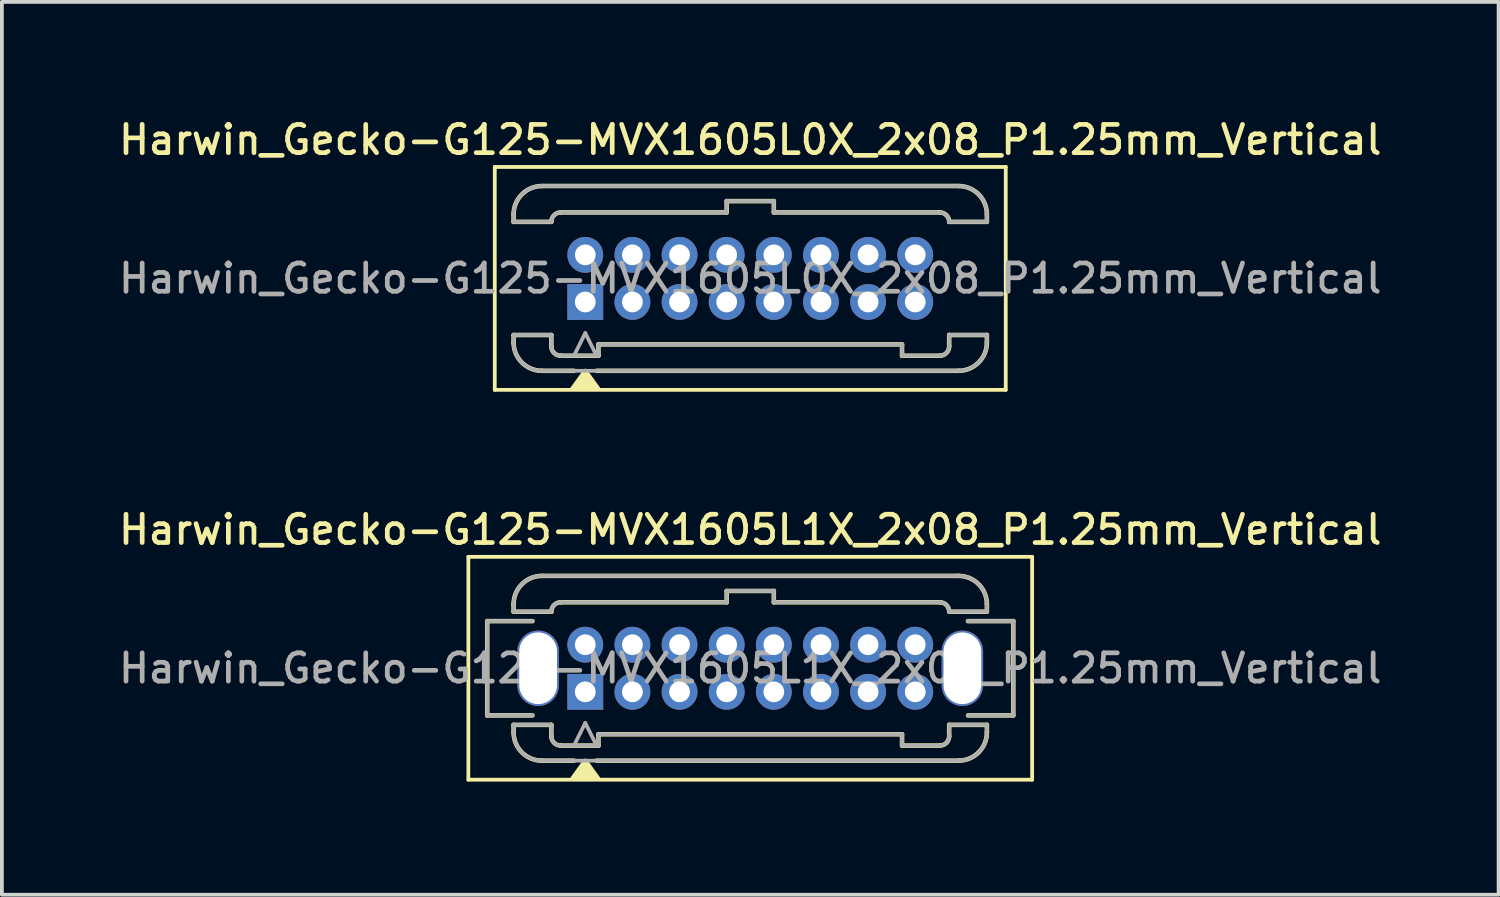
<source format=kicad_pcb>
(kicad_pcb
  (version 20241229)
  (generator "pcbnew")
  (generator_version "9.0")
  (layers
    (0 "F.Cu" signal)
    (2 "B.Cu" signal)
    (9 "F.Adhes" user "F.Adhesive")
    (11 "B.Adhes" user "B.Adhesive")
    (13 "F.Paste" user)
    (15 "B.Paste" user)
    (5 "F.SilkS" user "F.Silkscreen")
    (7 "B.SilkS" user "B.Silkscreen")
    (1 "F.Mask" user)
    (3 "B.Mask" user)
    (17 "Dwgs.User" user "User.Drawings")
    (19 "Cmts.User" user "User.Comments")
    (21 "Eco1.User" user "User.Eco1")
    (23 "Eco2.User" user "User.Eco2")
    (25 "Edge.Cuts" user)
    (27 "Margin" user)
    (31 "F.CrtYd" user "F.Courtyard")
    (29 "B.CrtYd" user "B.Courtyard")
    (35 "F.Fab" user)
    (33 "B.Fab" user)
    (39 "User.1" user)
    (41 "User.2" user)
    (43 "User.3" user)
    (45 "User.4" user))
  (footprint "Harwin_Gecko-G125-MVX1605L0X_2x08_P1.25mm_Vertical"
    (layer "F.Cu")
    (at 12.47 4.958)
    (property "Reference" "Harwin_Gecko-G125-MVX1605L0X_2x08_P1.25mm_Vertical" (at 4.375 -4.3 0) (layer "F.SilkS") (effects (font (size 0.75 0.75) (thickness 0.125))))
    (attr through_hole)
    (fp_line (start -2.4 -3.58) (end -2.4 2.33) (stroke (width 0.1) (type solid)) (layer "F.SilkS"))
    (fp_line (start -2.4 2.33) (end 11.15 2.33) (stroke (width 0.1) (type solid)) (layer "F.SilkS"))
    (fp_line (start -1.9 -2.325) (end -1.9 -2.125) (stroke (width 0.12) (type solid)) (layer "F.SilkS"))
    (fp_line (start -1.9 -2.125) (end -0.9 -2.125) (stroke (width 0.12) (type solid)) (layer "F.SilkS"))
    (fp_line (start -1.9 0.875) (end -0.9 0.875) (stroke (width 0.12) (type solid)) (layer "F.SilkS"))
    (fp_line (start -1.9 1.075) (end -1.9 0.875) (stroke (width 0.12) (type solid)) (layer "F.SilkS"))
    (fp_line (start -1.15 -3.075) (end 9.9 -3.075) (stroke (width 0.12) (type solid)) (layer "F.SilkS"))
    (fp_line (start -1.15 1.825) (end -0.3 1.825) (stroke (width 0.12) (type solid)) (layer "F.SilkS"))
    (fp_line (start -0.9 1.175) (end -0.9 0.875) (stroke (width 0.12) (type solid)) (layer "F.SilkS"))
    (fp_line (start -0.65 -2.375) (end 3.75 -2.375) (stroke (width 0.12) (type solid)) (layer "F.SilkS"))
    (fp_line (start -0.65 1.425) (end 0.35 1.425) (stroke (width 0.12) (type solid)) (layer "F.SilkS"))
    (fp_line (start 0.3 1.825) (end 9.9 1.825) (stroke (width 0.12) (type solid)) (layer "F.SilkS"))
    (fp_line (start 0.35 1.125) (end 8.4 1.125) (stroke (width 0.12) (type solid)) (layer "F.SilkS"))
    (fp_line (start 0.35 1.425) (end 0.35 1.125) (stroke (width 0.12) (type solid)) (layer "F.SilkS"))
    (fp_line (start 3.75 -2.675) (end 5 -2.675) (stroke (width 0.12) (type solid)) (layer "F.SilkS"))
    (fp_line (start 3.75 -2.375) (end 3.75 -2.675) (stroke (width 0.12) (type solid)) (layer "F.SilkS"))
    (fp_line (start 5 -2.675) (end 5 -2.375) (stroke (width 0.12) (type solid)) (layer "F.SilkS"))
    (fp_line (start 5 -2.375) (end 9.4 -2.375) (stroke (width 0.12) (type solid)) (layer "F.SilkS"))
    (fp_line (start 8.4 1.125) (end 8.4 1.425) (stroke (width 0.12) (type solid)) (layer "F.SilkS"))
    (fp_line (start 8.4 1.425) (end 9.4 1.425) (stroke (width 0.12) (type solid)) (layer "F.SilkS"))
    (fp_line (start 9.65 1.175) (end 9.65 0.875) (stroke (width 0.12) (type solid)) (layer "F.SilkS"))
    (fp_line (start 10.65 -2.325) (end 10.65 -2.125) (stroke (width 0.12) (type solid)) (layer "F.SilkS"))
    (fp_line (start 10.65 -2.125) (end 9.65 -2.125) (stroke (width 0.12) (type solid)) (layer "F.SilkS"))
    (fp_line (start 10.65 0.875) (end 9.65 0.875) (stroke (width 0.12) (type solid)) (layer "F.SilkS"))
    (fp_line (start 10.65 1.075) (end 10.65 0.875) (stroke (width 0.12) (type solid)) (layer "F.SilkS"))
    (fp_line (start 11.15 -3.58) (end -2.4 -3.58) (stroke (width 0.1) (type solid)) (layer "F.SilkS"))
    (fp_line (start 11.15 -3.58) (end 11.15 2.33) (stroke (width 0.1) (type solid)) (layer "F.SilkS"))
    (fp_arc (start -1.9 -2.325) (mid -1.68033 -2.85533) (end -1.15 -3.075) (stroke (width 0.12) (type solid)) (layer "F.SilkS"))
    (fp_arc (start -1.15 1.825) (mid -1.68033 1.60533) (end -1.9 1.075) (stroke (width 0.12) (type solid)) (layer "F.SilkS"))
    (fp_arc (start -0.9 -2.125) (mid -0.826777 -2.301777) (end -0.65 -2.375) (stroke (width 0.12) (type solid)) (layer "F.SilkS"))
    (fp_arc (start -0.65 1.425) (mid -0.826777 1.351777) (end -0.9 1.175) (stroke (width 0.12) (type solid)) (layer "F.SilkS"))
    (fp_arc (start 9.4 -2.375) (mid 9.576777 -2.301777) (end 9.65 -2.125) (stroke (width 0.12) (type solid)) (layer "F.SilkS"))
    (fp_arc (start 9.65 1.175) (mid 9.576777 1.351777) (end 9.4 1.425) (stroke (width 0.12) (type solid)) (layer "F.SilkS"))
    (fp_arc (start 9.9 -3.075) (mid 10.43033 -2.85533) (end 10.65 -2.325) (stroke (width 0.12) (type solid)) (layer "F.SilkS"))
    (fp_arc (start 10.65 1.075) (mid 10.43033 1.60533) (end 9.9 1.825) (stroke (width 0.12) (type solid)) (layer "F.SilkS"))
    (fp_poly (pts (xy 0 1.83) (xy -0.34 2.3) (xy 0.34 2.3) (xy 0 1.83)) (stroke (width 0.12) (type solid)) (fill yes) (layer "F.SilkS"))
    (fp_line (start -1.9 -2.325) (end -1.9 -2.125) (stroke (width 0.1) (type solid)) (layer "F.Fab"))
    (fp_line (start -1.9 -2.125) (end -0.9 -2.125) (stroke (width 0.1) (type solid)) (layer "F.Fab"))
    (fp_line (start -1.9 0.875) (end -0.9 0.875) (stroke (width 0.1) (type solid)) (layer "F.Fab"))
    (fp_line (start -1.9 1.075) (end -1.9 0.875) (stroke (width 0.1) (type solid)) (layer "F.Fab"))
    (fp_line (start -1.15 -3.075) (end 9.9 -3.075) (stroke (width 0.1) (type solid)) (layer "F.Fab"))
    (fp_line (start -1.15 1.825) (end 9.9 1.825) (stroke (width 0.1) (type solid)) (layer "F.Fab"))
    (fp_line (start -0.9 1.175) (end -0.9 0.875) (stroke (width 0.1) (type solid)) (layer "F.Fab"))
    (fp_line (start -0.65 -2.375) (end 3.75 -2.375) (stroke (width 0.1) (type solid)) (layer "F.Fab"))
    (fp_line (start -0.65 1.425) (end 0.35 1.425) (stroke (width 0.1) (type solid)) (layer "F.Fab"))
    (fp_line (start 0 0.825) (end -0.3 1.425) (stroke (width 0.1) (type solid)) (layer "F.Fab"))
    (fp_line (start 0.3 1.425) (end 0 0.825) (stroke (width 0.1) (type solid)) (layer "F.Fab"))
    (fp_line (start 0.35 1.125) (end 8.4 1.125) (stroke (width 0.1) (type solid)) (layer "F.Fab"))
    (fp_line (start 0.35 1.425) (end 0.35 1.125) (stroke (width 0.1) (type solid)) (layer "F.Fab"))
    (fp_line (start 3.75 -2.675) (end 5 -2.675) (stroke (width 0.1) (type solid)) (layer "F.Fab"))
    (fp_line (start 3.75 -2.375) (end 3.75 -2.675) (stroke (width 0.1) (type solid)) (layer "F.Fab"))
    (fp_line (start 5 -2.675) (end 5 -2.375) (stroke (width 0.1) (type solid)) (layer "F.Fab"))
    (fp_line (start 5 -2.375) (end 9.4 -2.375) (stroke (width 0.1) (type solid)) (layer "F.Fab"))
    (fp_line (start 8.4 1.125) (end 8.4 1.425) (stroke (width 0.1) (type solid)) (layer "F.Fab"))
    (fp_line (start 8.4 1.425) (end 9.4 1.425) (stroke (width 0.1) (type solid)) (layer "F.Fab"))
    (fp_line (start 9.65 1.175) (end 9.65 0.875) (stroke (width 0.1) (type solid)) (layer "F.Fab"))
    (fp_line (start 10.65 -2.325) (end 10.65 -2.125) (stroke (width 0.1) (type solid)) (layer "F.Fab"))
    (fp_line (start 10.65 -2.125) (end 9.65 -2.125) (stroke (width 0.1) (type solid)) (layer "F.Fab"))
    (fp_line (start 10.65 0.875) (end 9.65 0.875) (stroke (width 0.1) (type solid)) (layer "F.Fab"))
    (fp_line (start 10.65 1.075) (end 10.65 0.875) (stroke (width 0.1) (type solid)) (layer "F.Fab"))
    (fp_arc (start -1.9 -2.325) (mid -1.68033 -2.85533) (end -1.15 -3.075) (stroke (width 0.1) (type solid)) (layer "F.Fab"))
    (fp_arc (start -1.15 1.825) (mid -1.68033 1.60533) (end -1.9 1.075) (stroke (width 0.1) (type solid)) (layer "F.Fab"))
    (fp_arc (start -0.9 -2.125) (mid -0.826777 -2.301777) (end -0.65 -2.375) (stroke (width 0.1) (type solid)) (layer "F.Fab"))
    (fp_arc (start -0.65 1.425) (mid -0.826777 1.351777) (end -0.9 1.175) (stroke (width 0.1) (type solid)) (layer "F.Fab"))
    (fp_arc (start 9.4 -2.375) (mid 9.576777 -2.301777) (end 9.65 -2.125) (stroke (width 0.1) (type solid)) (layer "F.Fab"))
    (fp_arc (start 9.65 1.175) (mid 9.576777 1.351777) (end 9.4 1.425) (stroke (width 0.1) (type solid)) (layer "F.Fab"))
    (fp_arc (start 9.9 -3.075) (mid 10.43033 -2.85533) (end 10.65 -2.325) (stroke (width 0.1) (type solid)) (layer "F.Fab"))
    (fp_arc (start 10.65 1.075) (mid 10.43033 1.60533) (end 9.9 1.825) (stroke (width 0.1) (type solid)) (layer "F.Fab"))
    (fp_text user "${REFERENCE}" (at 4.375 -0.625 0) (layer "F.Fab") (effects (font (size 0.75 0.75) (thickness 0.125))))
    (pad "1" thru_hole rect (at 0 0) (size 0.95 0.95) (drill 0.55) (layers "*.Cu" "*.Mask"))
    (pad "2" thru_hole circle (at 1.25 0) (size 0.95 0.95) (drill 0.55) (layers "*.Cu" "*.Mask"))
    (pad "3" thru_hole circle (at 2.5 0) (size 0.95 0.95) (drill 0.55) (layers "*.Cu" "*.Mask"))
    (pad "4" thru_hole circle (at 3.75 0) (size 0.95 0.95) (drill 0.55) (layers "*.Cu" "*.Mask"))
    (pad "5" thru_hole circle (at 5 0) (size 0.95 0.95) (drill 0.55) (layers "*.Cu" "*.Mask"))
    (pad "6" thru_hole circle (at 6.25 0) (size 0.95 0.95) (drill 0.55) (layers "*.Cu" "*.Mask"))
    (pad "7" thru_hole circle (at 7.5 0) (size 0.95 0.95) (drill 0.55) (layers "*.Cu" "*.Mask"))
    (pad "8" thru_hole circle (at 8.75 0) (size 0.95 0.95) (drill 0.55) (layers "*.Cu" "*.Mask"))
    (pad "9" thru_hole circle (at 0 -1.25) (size 0.95 0.95) (drill 0.55) (layers "*.Cu" "*.Mask"))
    (pad "10" thru_hole circle (at 1.25 -1.25) (size 0.95 0.95) (drill 0.55) (layers "*.Cu" "*.Mask"))
    (pad "11" thru_hole circle (at 2.5 -1.25) (size 0.95 0.95) (drill 0.55) (layers "*.Cu" "*.Mask"))
    (pad "12" thru_hole circle (at 3.75 -1.25) (size 0.95 0.95) (drill 0.55) (layers "*.Cu" "*.Mask"))
    (pad "13" thru_hole circle (at 5 -1.25) (size 0.95 0.95) (drill 0.55) (layers "*.Cu" "*.Mask"))
    (pad "14" thru_hole circle (at 6.25 -1.25) (size 0.95 0.95) (drill 0.55) (layers "*.Cu" "*.Mask"))
    (pad "15" thru_hole circle (at 7.5 -1.25) (size 0.95 0.95) (drill 0.55) (layers "*.Cu" "*.Mask"))
    (pad "16" thru_hole circle (at 8.75 -1.25) (size 0.95 0.95) (drill 0.55) (layers "*.Cu" "*.Mask")))
  (footprint "Harwin_Gecko-G125-MVX1605L1X_2x08_P1.25mm_Vertical"
    (layer "F.Cu")
    (at 12.47 15.296)
    (property "Reference" "Harwin_Gecko-G125-MVX1605L1X_2x08_P1.25mm_Vertical" (at 4.375 -4.3 0) (layer "F.SilkS") (effects (font (size 0.75 0.75) (thickness 0.125))))
    (attr through_hole)
    (fp_line (start -3.1 -3.58) (end -3.1 2.33) (stroke (width 0.1) (type solid)) (layer "F.SilkS"))
    (fp_line (start -3.1 2.33) (end 11.85 2.33) (stroke (width 0.1) (type solid)) (layer "F.SilkS"))
    (fp_line (start -2.6 -1.875) (end -2.6 0.625) (stroke (width 0.12) (type solid)) (layer "F.SilkS"))
    (fp_line (start -2.6 0.625) (end -1.4 0.625) (stroke (width 0.12) (type solid)) (layer "F.SilkS"))
    (fp_line (start -1.9 -2.325) (end -1.9 -2.125) (stroke (width 0.12) (type solid)) (layer "F.SilkS"))
    (fp_line (start -1.9 -2.125) (end -0.9 -2.125) (stroke (width 0.12) (type solid)) (layer "F.SilkS"))
    (fp_line (start -1.9 0.875) (end -0.9 0.875) (stroke (width 0.12) (type solid)) (layer "F.SilkS"))
    (fp_line (start -1.9 1.075) (end -1.9 0.875) (stroke (width 0.12) (type solid)) (layer "F.SilkS"))
    (fp_line (start -1.4 -1.875) (end -2.6 -1.875) (stroke (width 0.12) (type solid)) (layer "F.SilkS"))
    (fp_line (start -1.15 -3.075) (end 9.9 -3.075) (stroke (width 0.12) (type solid)) (layer "F.SilkS"))
    (fp_line (start -1.15 1.825) (end -0.3 1.825) (stroke (width 0.12) (type solid)) (layer "F.SilkS"))
    (fp_line (start -0.9 1.175) (end -0.9 0.875) (stroke (width 0.12) (type solid)) (layer "F.SilkS"))
    (fp_line (start -0.65 -2.375) (end 3.75 -2.375) (stroke (width 0.12) (type solid)) (layer "F.SilkS"))
    (fp_line (start -0.65 1.425) (end 0.35 1.425) (stroke (width 0.12) (type solid)) (layer "F.SilkS"))
    (fp_line (start 0.3 1.825) (end 9.9 1.825) (stroke (width 0.12) (type solid)) (layer "F.SilkS"))
    (fp_line (start 0.35 1.125) (end 8.4 1.125) (stroke (width 0.12) (type solid)) (layer "F.SilkS"))
    (fp_line (start 0.35 1.425) (end 0.35 1.125) (stroke (width 0.12) (type solid)) (layer "F.SilkS"))
    (fp_line (start 3.75 -2.675) (end 5 -2.675) (stroke (width 0.12) (type solid)) (layer "F.SilkS"))
    (fp_line (start 3.75 -2.375) (end 3.75 -2.675) (stroke (width 0.12) (type solid)) (layer "F.SilkS"))
    (fp_line (start 5 -2.675) (end 5 -2.375) (stroke (width 0.12) (type solid)) (layer "F.SilkS"))
    (fp_line (start 5 -2.375) (end 9.4 -2.375) (stroke (width 0.12) (type solid)) (layer "F.SilkS"))
    (fp_line (start 8.4 1.125) (end 8.4 1.425) (stroke (width 0.12) (type solid)) (layer "F.SilkS"))
    (fp_line (start 8.4 1.425) (end 9.4 1.425) (stroke (width 0.12) (type solid)) (layer "F.SilkS"))
    (fp_line (start 9.65 1.175) (end 9.65 0.875) (stroke (width 0.12) (type solid)) (layer "F.SilkS"))
    (fp_line (start 10.15 -1.875) (end 11.35 -1.875) (stroke (width 0.12) (type solid)) (layer "F.SilkS"))
    (fp_line (start 10.65 -2.325) (end 10.65 -2.125) (stroke (width 0.12) (type solid)) (layer "F.SilkS"))
    (fp_line (start 10.65 -2.125) (end 9.65 -2.125) (stroke (width 0.12) (type solid)) (layer "F.SilkS"))
    (fp_line (start 10.65 0.875) (end 9.65 0.875) (stroke (width 0.12) (type solid)) (layer "F.SilkS"))
    (fp_line (start 10.65 1.075) (end 10.65 0.875) (stroke (width 0.12) (type solid)) (layer "F.SilkS"))
    (fp_line (start 11.35 -1.875) (end 11.35 0.625) (stroke (width 0.12) (type solid)) (layer "F.SilkS"))
    (fp_line (start 11.35 0.625) (end 10.15 0.625) (stroke (width 0.12) (type solid)) (layer "F.SilkS"))
    (fp_line (start 11.85 -3.58) (end -3.1 -3.58) (stroke (width 0.1) (type solid)) (layer "F.SilkS"))
    (fp_line (start 11.85 -3.58) (end 11.85 2.33) (stroke (width 0.1) (type solid)) (layer "F.SilkS"))
    (fp_arc (start -1.9 -2.325) (mid -1.68033 -2.85533) (end -1.15 -3.075) (stroke (width 0.12) (type solid)) (layer "F.SilkS"))
    (fp_arc (start -1.15 1.825) (mid -1.68033 1.60533) (end -1.9 1.075) (stroke (width 0.12) (type solid)) (layer "F.SilkS"))
    (fp_arc (start -0.9 -2.125) (mid -0.826777 -2.301777) (end -0.65 -2.375) (stroke (width 0.12) (type solid)) (layer "F.SilkS"))
    (fp_arc (start -0.65 1.425) (mid -0.826777 1.351777) (end -0.9 1.175) (stroke (width 0.12) (type solid)) (layer "F.SilkS"))
    (fp_arc (start 9.4 -2.375) (mid 9.576777 -2.301777) (end 9.65 -2.125) (stroke (width 0.12) (type solid)) (layer "F.SilkS"))
    (fp_arc (start 9.65 1.175) (mid 9.576777 1.351777) (end 9.4 1.425) (stroke (width 0.12) (type solid)) (layer "F.SilkS"))
    (fp_arc (start 9.9 -3.075) (mid 10.43033 -2.85533) (end 10.65 -2.325) (stroke (width 0.12) (type solid)) (layer "F.SilkS"))
    (fp_arc (start 10.65 1.075) (mid 10.43033 1.60533) (end 9.9 1.825) (stroke (width 0.12) (type solid)) (layer "F.SilkS"))
    (fp_poly (pts (xy 0 1.83) (xy -0.34 2.3) (xy 0.34 2.3) (xy 0 1.83)) (stroke (width 0.12) (type solid)) (fill yes) (layer "F.SilkS"))
    (fp_line (start -2.6 -1.875) (end -2.6 0.625) (stroke (width 0.1) (type solid)) (layer "F.Fab"))
    (fp_line (start -2.6 0.625) (end -1.4 0.625) (stroke (width 0.1) (type solid)) (layer "F.Fab"))
    (fp_line (start -1.9 -2.325) (end -1.9 -2.125) (stroke (width 0.1) (type solid)) (layer "F.Fab"))
    (fp_line (start -1.9 -2.125) (end -0.9 -2.125) (stroke (width 0.1) (type solid)) (layer "F.Fab"))
    (fp_line (start -1.9 0.875) (end -0.9 0.875) (stroke (width 0.1) (type solid)) (layer "F.Fab"))
    (fp_line (start -1.9 1.075) (end -1.9 0.875) (stroke (width 0.1) (type solid)) (layer "F.Fab"))
    (fp_line (start -1.4 -1.875) (end -2.6 -1.875) (stroke (width 0.1) (type solid)) (layer "F.Fab"))
    (fp_line (start -1.15 -3.075) (end 9.9 -3.075) (stroke (width 0.1) (type solid)) (layer "F.Fab"))
    (fp_line (start -1.15 1.825) (end 9.9 1.825) (stroke (width 0.1) (type solid)) (layer "F.Fab"))
    (fp_line (start -0.9 1.175) (end -0.9 0.875) (stroke (width 0.1) (type solid)) (layer "F.Fab"))
    (fp_line (start -0.65 -2.375) (end 3.75 -2.375) (stroke (width 0.1) (type solid)) (layer "F.Fab"))
    (fp_line (start -0.65 1.425) (end 0.35 1.425) (stroke (width 0.1) (type solid)) (layer "F.Fab"))
    (fp_line (start 0 0.825) (end -0.3 1.425) (stroke (width 0.1) (type solid)) (layer "F.Fab"))
    (fp_line (start 0.3 1.425) (end 0 0.825) (stroke (width 0.1) (type solid)) (layer "F.Fab"))
    (fp_line (start 0.35 1.125) (end 8.4 1.125) (stroke (width 0.1) (type solid)) (layer "F.Fab"))
    (fp_line (start 0.35 1.425) (end 0.35 1.125) (stroke (width 0.1) (type solid)) (layer "F.Fab"))
    (fp_line (start 3.75 -2.675) (end 5 -2.675) (stroke (width 0.1) (type solid)) (layer "F.Fab"))
    (fp_line (start 3.75 -2.375) (end 3.75 -2.675) (stroke (width 0.1) (type solid)) (layer "F.Fab"))
    (fp_line (start 5 -2.675) (end 5 -2.375) (stroke (width 0.1) (type solid)) (layer "F.Fab"))
    (fp_line (start 5 -2.375) (end 9.4 -2.375) (stroke (width 0.1) (type solid)) (layer "F.Fab"))
    (fp_line (start 8.4 1.125) (end 8.4 1.425) (stroke (width 0.1) (type solid)) (layer "F.Fab"))
    (fp_line (start 8.4 1.425) (end 9.4 1.425) (stroke (width 0.1) (type solid)) (layer "F.Fab"))
    (fp_line (start 9.65 1.175) (end 9.65 0.875) (stroke (width 0.1) (type solid)) (layer "F.Fab"))
    (fp_line (start 10.15 -1.875) (end 11.35 -1.875) (stroke (width 0.1) (type solid)) (layer "F.Fab"))
    (fp_line (start 10.65 -2.325) (end 10.65 -2.125) (stroke (width 0.1) (type solid)) (layer "F.Fab"))
    (fp_line (start 10.65 -2.125) (end 9.65 -2.125) (stroke (width 0.1) (type solid)) (layer "F.Fab"))
    (fp_line (start 10.65 0.875) (end 9.65 0.875) (stroke (width 0.1) (type solid)) (layer "F.Fab"))
    (fp_line (start 10.65 1.075) (end 10.65 0.875) (stroke (width 0.1) (type solid)) (layer "F.Fab"))
    (fp_line (start 11.35 -1.875) (end 11.35 0.625) (stroke (width 0.1) (type solid)) (layer "F.Fab"))
    (fp_line (start 11.35 0.625) (end 10.15 0.625) (stroke (width 0.1) (type solid)) (layer "F.Fab"))
    (fp_arc (start -1.9 -2.325) (mid -1.68033 -2.85533) (end -1.15 -3.075) (stroke (width 0.1) (type solid)) (layer "F.Fab"))
    (fp_arc (start -1.15 1.825) (mid -1.68033 1.60533) (end -1.9 1.075) (stroke (width 0.1) (type solid)) (layer "F.Fab"))
    (fp_arc (start -0.9 -2.125) (mid -0.826777 -2.301777) (end -0.65 -2.375) (stroke (width 0.1) (type solid)) (layer "F.Fab"))
    (fp_arc (start -0.65 1.425) (mid -0.826777 1.351777) (end -0.9 1.175) (stroke (width 0.1) (type solid)) (layer "F.Fab"))
    (fp_arc (start 9.4 -2.375) (mid 9.576777 -2.301777) (end 9.65 -2.125) (stroke (width 0.1) (type solid)) (layer "F.Fab"))
    (fp_arc (start 9.65 1.175) (mid 9.576777 1.351777) (end 9.4 1.425) (stroke (width 0.1) (type solid)) (layer "F.Fab"))
    (fp_arc (start 9.9 -3.075) (mid 10.43033 -2.85533) (end 10.65 -2.325) (stroke (width 0.1) (type solid)) (layer "F.Fab"))
    (fp_arc (start 10.65 1.075) (mid 10.43033 1.60533) (end 9.9 1.825) (stroke (width 0.1) (type solid)) (layer "F.Fab"))
    (fp_text user "${REFERENCE}" (at 4.375 -0.625 0) (layer "F.Fab") (effects (font (size 0.75 0.75) (thickness 0.125))))
    (pad "" np_thru_hole oval (at -1.25 -0.625) (size 1.1 2) (drill oval 1 1.9) (layers "*.Cu" "*.Mask"))
    (pad "" np_thru_hole oval (at 10 -0.625) (size 1.1 2) (drill oval 1 1.9) (layers "*.Cu" "*.Mask"))
    (pad "1" thru_hole rect (at 0 0) (size 0.95 0.95) (drill 0.55) (layers "*.Cu" "*.Mask"))
    (pad "2" thru_hole circle (at 1.25 0) (size 0.95 0.95) (drill 0.55) (layers "*.Cu" "*.Mask"))
    (pad "3" thru_hole circle (at 2.5 0) (size 0.95 0.95) (drill 0.55) (layers "*.Cu" "*.Mask"))
    (pad "4" thru_hole circle (at 3.75 0) (size 0.95 0.95) (drill 0.55) (layers "*.Cu" "*.Mask"))
    (pad "5" thru_hole circle (at 5 0) (size 0.95 0.95) (drill 0.55) (layers "*.Cu" "*.Mask"))
    (pad "6" thru_hole circle (at 6.25 0) (size 0.95 0.95) (drill 0.55) (layers "*.Cu" "*.Mask"))
    (pad "7" thru_hole circle (at 7.5 0) (size 0.95 0.95) (drill 0.55) (layers "*.Cu" "*.Mask"))
    (pad "8" thru_hole circle (at 8.75 0) (size 0.95 0.95) (drill 0.55) (layers "*.Cu" "*.Mask"))
    (pad "9" thru_hole circle (at 0 -1.25) (size 0.95 0.95) (drill 0.55) (layers "*.Cu" "*.Mask"))
    (pad "10" thru_hole circle (at 1.25 -1.25) (size 0.95 0.95) (drill 0.55) (layers "*.Cu" "*.Mask"))
    (pad "11" thru_hole circle (at 2.5 -1.25) (size 0.95 0.95) (drill 0.55) (layers "*.Cu" "*.Mask"))
    (pad "12" thru_hole circle (at 3.75 -1.25) (size 0.95 0.95) (drill 0.55) (layers "*.Cu" "*.Mask"))
    (pad "13" thru_hole circle (at 5 -1.25) (size 0.95 0.95) (drill 0.55) (layers "*.Cu" "*.Mask"))
    (pad "14" thru_hole circle (at 6.25 -1.25) (size 0.95 0.95) (drill 0.55) (layers "*.Cu" "*.Mask"))
    (pad "15" thru_hole circle (at 7.5 -1.25) (size 0.95 0.95) (drill 0.55) (layers "*.Cu" "*.Mask"))
    (pad "16" thru_hole circle (at 8.75 -1.25) (size 0.95 0.95) (drill 0.55) (layers "*.Cu" "*.Mask")))
  (gr_rect
    (start -3 -3)
    (end 36.689 20.676)
    (stroke (width 0.1) (type default))
    (fill no)
    (layer "Edge.Cuts")))
</source>
